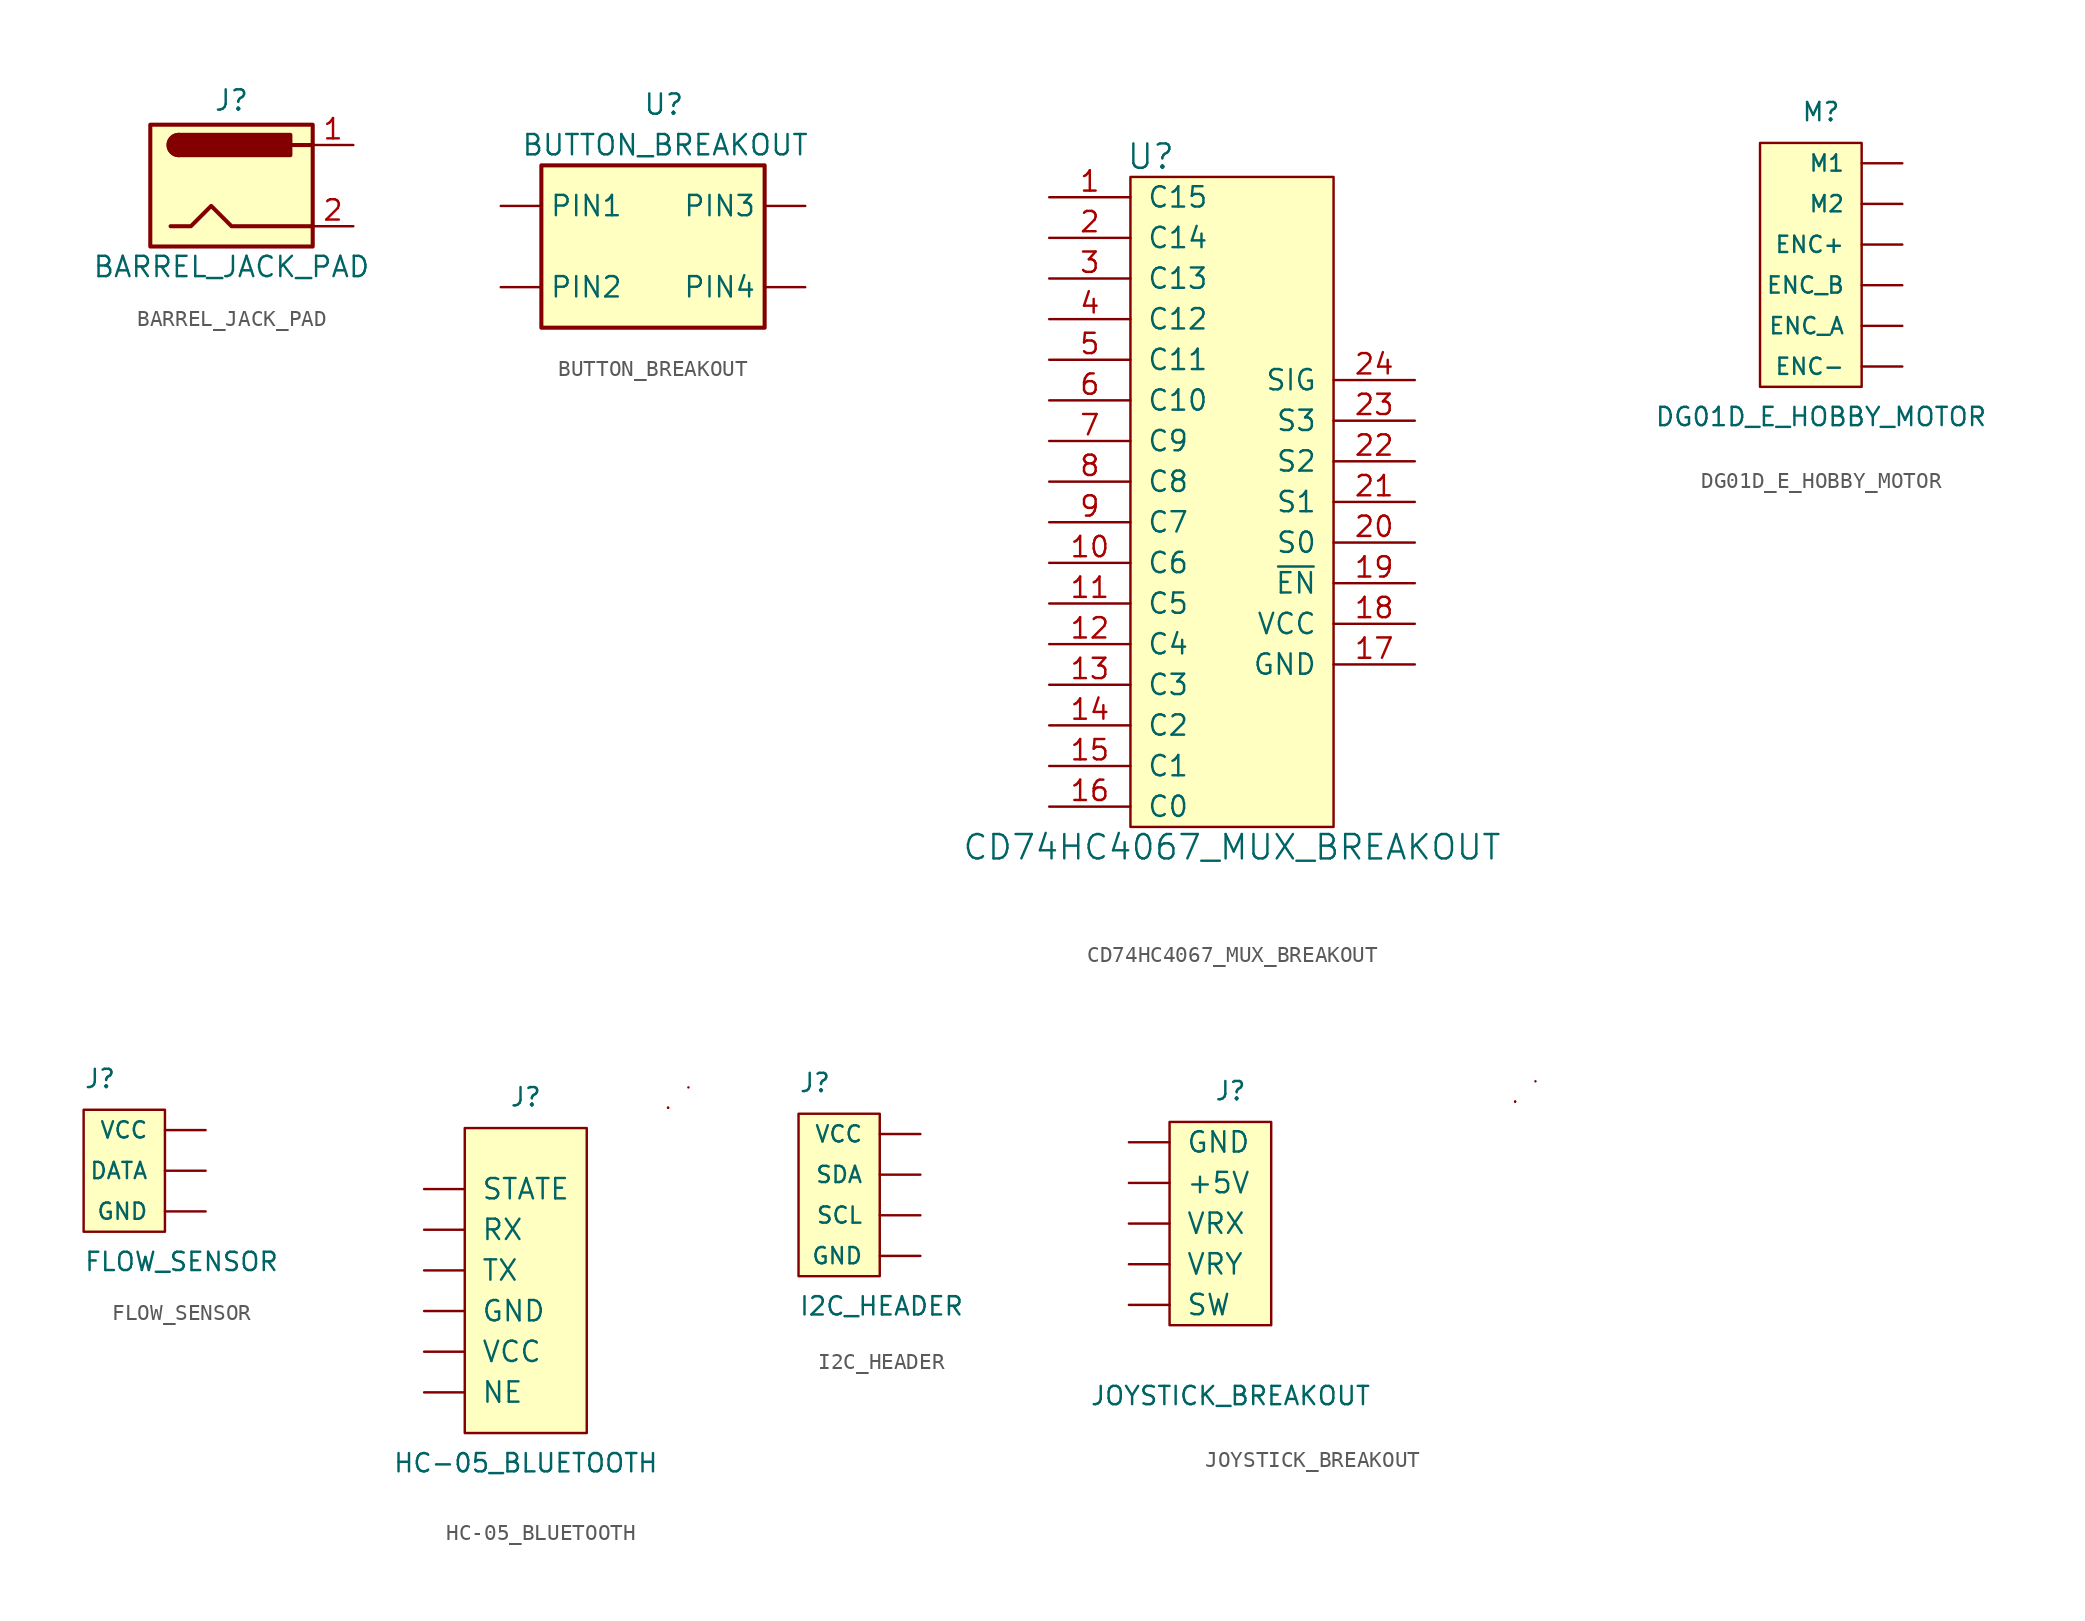
<source format=kicad_sym>
(kicad_symbol_lib
  (version 20211014)
  (generator kicad_symbol_editor)
  (symbol "BARREL_JACK_PAD"
    (pin_names
      (offset 1.016))
    (property "Reference" "J"
      (at 0 5.334 0)
      (effects (font (size 1.27 1.27))))
    (property "Value" "BARREL_JACK_PAD"
      (at 0 -5.08 0)
      (effects (font (size 1.27 1.27))))
    (symbol "BARREL_JACK_PAD_0_1"
      (rectangle (start -5.08 3.81) (end 5.08 -3.81) (stroke (width 0.254) (type default) (color 0 0 0 0)) (fill (type background)))
      (arc (start -3.302 3.175) (mid -3.937 2.54) (end -3.302 1.905) (stroke (width 0.254) (type default) (color 0 0 0 0)) (fill (type none)))
      (arc (start -3.302 3.175) (mid -3.937 2.54) (end -3.302 1.905) (stroke (width 0.254) (type default) (color 0 0 0 0)) (fill (type outline)))
      (polyline (pts (xy 5.08 2.54) (xy 3.81 2.54)) (stroke (width 0.254) (type default) (color 0 0 0 0)) (fill (type none)))
      (polyline (pts (xy -3.81 -2.54) (xy -2.54 -2.54) (xy -1.27 -1.27) (xy 0 -2.54) (xy 2.54 -2.54) (xy 5.08 -2.54)) (stroke (width 0.254) (type default) (color 0 0 0 0)) (fill (type none)))
      (rectangle (start 3.683 3.175) (end -3.302 1.905) (stroke (width 0.254) (type default) (color 0 0 0 0)) (fill (type outline))))
    (symbol "BARREL_JACK_PAD_1_1"
      (pin power_in line (at 7.62 2.54 180) (length 2.54) (name "~" (effects (font (size 1.27 1.27)))) (number "1" (effects (font (size 1.27 1.27)))))
      (pin power_in line (at 7.62 -2.54 180) (length 2.54) (name "~" (effects (font (size 1.27 1.27)))) (number "2" (effects (font (size 1.27 1.27)))))))
  (symbol "BUTTON_BREAKOUT"
    (pin_numbers hide)
    (property "Reference" "U"
      (at -3.81 8.89 0)
      (effects (font (size 1.27 1.27)) (justify left)))
    (property "Value" "BUTTON_BREAKOUT"
      (at -11.43 6.35 0)
      (effects (font (size 1.27 1.27)) (justify left)))
    (symbol "BUTTON_BREAKOUT_0_1"
      (rectangle (start -10.16 5.08) (end 3.81 -5.08) (stroke (width 0.254) (type default) (color 0 0 0 0)) (fill (type background))))
    (symbol "BUTTON_BREAKOUT_1_1"
      (pin bidirectional line (at -12.7 2.54 0) (length 2.54) (name "PIN1" (effects (font (size 1.27 1.27)))) (number "1" (effects (font (size 1.27 1.27)))))
      (pin bidirectional line (at -12.7 -2.54 0) (length 2.54) (name "PIN2" (effects (font (size 1.27 1.27)))) (number "2" (effects (font (size 1.27 1.27)))))
      (pin bidirectional line (at 6.35 -2.54 180) (length 2.54) (name "PIN4" (effects (font (size 1.27 1.27)))) (number "3" (effects (font (size 1.27 1.27)))))
      (pin bidirectional line (at 6.35 2.54 180) (length 2.54) (name "PIN3" (effects (font (size 1.27 1.27)))) (number "4" (effects (font (size 1.27 1.27)))))))
  (symbol "CD74HC4067_MUX_BREAKOUT"
    (pin_names
      (offset 1.016))
    (property "Reference" "U"
      (at -3.81 20.32 0)
      (effects (font (size 1.524 1.524))))
    (property "Value" "CD74HC4067_MUX_BREAKOUT"
      (at 1.27 -22.86 0)
      (effects (font (size 1.524 1.524))))
    (symbol "CD74HC4067_MUX_BREAKOUT_0_1"
      (rectangle (start -5.08 19.05) (end 7.62 -21.59) (stroke (width 0) (type default) (color 0 0 0 0)) (fill (type background))))
    (symbol "CD74HC4067_MUX_BREAKOUT_1_1"
      (pin output line (at -10.16 17.78 0) (length 5.08) (name "C15" (effects (font (size 1.27 1.27)))) (number "1" (effects (font (size 1.27 1.27)))))
      (pin output line (at -10.16 -5.08 0) (length 5.08) (name "C6" (effects (font (size 1.27 1.27)))) (number "10" (effects (font (size 1.27 1.27)))))
      (pin output line (at -10.16 -7.62 0) (length 5.08) (name "C5" (effects (font (size 1.27 1.27)))) (number "11" (effects (font (size 1.27 1.27)))))
      (pin output line (at -10.16 -10.16 0) (length 5.08) (name "C4" (effects (font (size 1.27 1.27)))) (number "12" (effects (font (size 1.27 1.27)))))
      (pin output line (at -10.16 -12.7 0) (length 5.08) (name "C3" (effects (font (size 1.27 1.27)))) (number "13" (effects (font (size 1.27 1.27)))))
      (pin output line (at -10.16 -15.24 0) (length 5.08) (name "C2" (effects (font (size 1.27 1.27)))) (number "14" (effects (font (size 1.27 1.27)))))
      (pin output line (at -10.16 -17.78 0) (length 5.08) (name "C1" (effects (font (size 1.27 1.27)))) (number "15" (effects (font (size 1.27 1.27)))))
      (pin output line (at -10.16 -20.32 0) (length 5.08) (name "C0" (effects (font (size 1.27 1.27)))) (number "16" (effects (font (size 1.27 1.27)))))
      (pin power_in line (at 12.7 -11.43 180) (length 5.08) (name "GND" (effects (font (size 1.27 1.27)))) (number "17" (effects (font (size 1.27 1.27)))))
      (pin power_in line (at 12.7 -8.89 180) (length 5.08) (name "VCC" (effects (font (size 1.27 1.27)))) (number "18" (effects (font (size 1.27 1.27)))))
      (pin input line (at 12.7 -6.35 180) (length 5.08) (name "~{EN}" (effects (font (size 1.27 1.27)))) (number "19" (effects (font (size 1.27 1.27)))))
      (pin output line (at -10.16 15.24 0) (length 5.08) (name "C14" (effects (font (size 1.27 1.27)))) (number "2" (effects (font (size 1.27 1.27)))))
      (pin input line (at 12.7 -3.81 180) (length 5.08) (name "S0" (effects (font (size 1.27 1.27)))) (number "20" (effects (font (size 1.27 1.27)))))
      (pin input line (at 12.7 -1.27 180) (length 5.08) (name "S1" (effects (font (size 1.27 1.27)))) (number "21" (effects (font (size 1.27 1.27)))))
      (pin input line (at 12.7 1.27 180) (length 5.08) (name "S2" (effects (font (size 1.27 1.27)))) (number "22" (effects (font (size 1.27 1.27)))))
      (pin input line (at 12.7 3.81 180) (length 5.08) (name "S3" (effects (font (size 1.27 1.27)))) (number "23" (effects (font (size 1.27 1.27)))))
      (pin input line (at 12.7 6.35 180) (length 5.08) (name "SIG" (effects (font (size 1.27 1.27)))) (number "24" (effects (font (size 1.27 1.27)))))
      (pin output line (at -10.16 12.7 0) (length 5.08) (name "C13" (effects (font (size 1.27 1.27)))) (number "3" (effects (font (size 1.27 1.27)))))
      (pin output line (at -10.16 10.16 0) (length 5.08) (name "C12" (effects (font (size 1.27 1.27)))) (number "4" (effects (font (size 1.27 1.27)))))
      (pin output line (at -10.16 7.62 0) (length 5.08) (name "C11" (effects (font (size 1.27 1.27)))) (number "5" (effects (font (size 1.27 1.27)))))
      (pin output line (at -10.16 5.08 0) (length 5.08) (name "C10" (effects (font (size 1.27 1.27)))) (number "6" (effects (font (size 1.27 1.27)))))
      (pin output line (at -10.16 2.54 0) (length 5.08) (name "C9" (effects (font (size 1.27 1.27)))) (number "7" (effects (font (size 1.27 1.27)))))
      (pin output line (at -10.16 0 0) (length 5.08) (name "C8" (effects (font (size 1.27 1.27)))) (number "8" (effects (font (size 1.27 1.27)))))
      (pin output line (at -10.16 -2.54 0) (length 5.08) (name "C7" (effects (font (size 1.27 1.27)))) (number "9" (effects (font (size 1.27 1.27)))))))
  (symbol "DG01D_E_HOBBY_MOTOR"
    (pin_numbers hide)
    (pin_names
      (offset 1.016))
    (property "Reference" "M"
      (at -1.27 10.16 0)
      (effects (font (size 1.143 1.143)) (justify bottom)))
    (property "Value" "DG01D_E_HOBBY_MOTOR"
      (at -1.27 -8.89 0)
      (effects (font (size 1.143 1.143)) (justify bottom)))
    (symbol "DG01D_E_HOBBY_MOTOR_0_1"
      (rectangle (start -5.08 8.89) (end 1.27 -6.35) (stroke (width 0) (type default) (color 0 0 0 0)) (fill (type background))))
    (symbol "DG01D_E_HOBBY_MOTOR_1_1"
      (pin bidirectional line (at 3.81 -5.08 180) (length 2.54) (name "ENC-" (effects (font (size 1.016 1.016)))) (number "2" (effects (font (size 1.016 1.016)))))
      (pin output line (at 3.81 -2.54 180) (length 2.54) (name "ENC_A" (effects (font (size 1.016 1.016)))) (number "3" (effects (font (size 1.016 1.016)))))
      (pin output line (at 3.81 0 180) (length 2.54) (name "ENC_B" (effects (font (size 1.016 1.016)))) (number "4" (effects (font (size 1.016 1.016)))))
      (pin power_in line (at 3.81 2.54 180) (length 2.54) (name "ENC+" (effects (font (size 1.016 1.016)))) (number "5" (effects (font (size 1.016 1.016)))))
      (pin power_in line (at 3.81 5.08 180) (length 2.54) (name "M2" (effects (font (size 1.016 1.016)))) (number "6" (effects (font (size 1.016 1.016)))))
      (pin power_in line (at 3.81 7.62 180) (length 2.54) (name "M1" (effects (font (size 1.016 1.016)))) (number "7" (effects (font (size 1.016 1.016)))))))
  (symbol "FLOW_SENSOR"
    (pin_numbers hide)
    (pin_names
      (offset 1.016))
    (property "Reference" "J"
      (at -5.08 7.62 0)
      (effects (font (size 1.143 1.143)) (justify left bottom)))
    (property "Value" "FLOW_SENSOR"
      (at -5.08 -3.81 0)
      (effects (font (size 1.143 1.143)) (justify left bottom)))
    (symbol "FLOW_SENSOR_0_1"
      (rectangle (start 0 -1.27) (end -5.08 6.35) (stroke (width 0) (type default) (color 0 0 0 0)) (fill (type background))))
    (symbol "FLOW_SENSOR_1_1"
      (pin power_in line (at 2.54 5.08 180) (length 2.54) (name "VCC" (effects (font (size 1.016 1.016)))) (number "1" (effects (font (size 1.016 1.016)))))
      (pin output line (at 2.54 2.54 180) (length 2.54) (name "DATA" (effects (font (size 1.016 1.016)))) (number "2" (effects (font (size 1.016 1.016)))))
      (pin power_in line (at 2.54 0 180) (length 2.54) (name "GND" (effects (font (size 1.016 1.016)))) (number "3" (effects (font (size 1.016 1.016)))))))
  (symbol "HC-05_BLUETOOTH"
    (pin_numbers hide)
    (pin_names
      (offset 1.016))
    (property "Reference" "J"
      (at 0 10.16 0)
      (effects (font (size 1.143 1.143)) (justify bottom)))
    (property "Value" "HC-05_BLUETOOTH"
      (at 0 -12.7 0)
      (effects (font (size 1.143 1.143)) (justify bottom)))
    (symbol "HC-05_BLUETOOTH_0_1"
      (rectangle (start -3.81 8.89) (end 3.81 -10.16) (stroke (width 0) (type default) (color 0 0 0 0)) (fill (type background)))
      (rectangle (start 8.89 10.16) (end 8.89 10.16) (stroke (width 0) (type default) (color 0 0 0 0)) (fill (type none)))
      (rectangle (start 8.89 10.16) (end 8.89 10.16) (stroke (width 0) (type default) (color 0 0 0 0)) (fill (type none)))
      (rectangle (start 10.16 11.43) (end 10.16 11.43) (stroke (width 0) (type default) (color 0 0 0 0)) (fill (type none))))
    (symbol "HC-05_BLUETOOTH_1_1"
      (pin power_in line (at -6.35 -2.54 0) (length 2.54) (name "GND" (effects (font (size 1.27 1.27)))) (number "~" (effects (font (size 1.27 1.27)))))
      (pin input line (at -6.35 -7.62 0) (length 2.54) (name "NE" (effects (font (size 1.27 1.27)))) (number "~" (effects (font (size 1.27 1.27)))))
      (pin input line (at -6.35 2.54 0) (length 2.54) (name "RX" (effects (font (size 1.27 1.27)))) (number "~" (effects (font (size 1.27 1.27)))))
      (pin input line (at -6.35 5.08 0) (length 2.54) (name "STATE" (effects (font (size 1.27 1.27)))) (number "~" (effects (font (size 1.27 1.27)))))
      (pin output line (at -6.35 0 0) (length 2.54) (name "TX" (effects (font (size 1.27 1.27)))) (number "~" (effects (font (size 1.27 1.27)))))
      (pin power_in line (at -6.35 -5.08 0) (length 2.54) (name "VCC" (effects (font (size 1.27 1.27)))) (number "~" (effects (font (size 1.27 1.27)))))))
  (symbol "I2C_HEADER"
    (pin_numbers hide)
    (pin_names
      (offset 1.016))
    (property "Reference" "J"
      (at -5.08 7.62 0)
      (effects (font (size 1.143 1.143)) (justify left bottom)))
    (property "Value" "I2C_HEADER"
      (at -5.08 -6.35 0)
      (effects (font (size 1.143 1.143)) (justify left bottom)))
    (symbol "I2C_HEADER_0_1"
      (rectangle (start 0 -3.81) (end -5.08 6.35) (stroke (width 0) (type default) (color 0 0 0 0)) (fill (type background))))
    (symbol "I2C_HEADER_1_1"
      (pin power_in line (at 2.54 5.08 180) (length 2.54) (name "VCC" (effects (font (size 1.016 1.016)))) (number "1" (effects (font (size 1.016 1.016)))))
      (pin bidirectional line (at 2.54 2.54 180) (length 2.54) (name "SDA" (effects (font (size 1.016 1.016)))) (number "2" (effects (font (size 1.016 1.016)))))
      (pin bidirectional line (at 2.54 0 180) (length 2.54) (name "SCL" (effects (font (size 1.016 1.016)))) (number "3" (effects (font (size 1.016 1.016)))))
      (pin power_in line (at 2.54 -2.54 180) (length 2.54) (name "GND" (effects (font (size 1.016 1.016)))) (number "4" (effects (font (size 1.016 1.016)))))))
  (symbol "JOYSTICK_BREAKOUT"
    (pin_numbers hide)
    (pin_names
      (offset 1.016))
    (property "Reference" "J"
      (at 1.27 8.89 0)
      (effects (font (size 1.143 1.143)) (justify bottom)))
    (property "Value" "JOYSTICK_BREAKOUT"
      (at 1.27 -10.16 0)
      (effects (font (size 1.143 1.143)) (justify bottom)))
    (symbol "JOYSTICK_BREAKOUT_0_1"
      (rectangle (start -2.54 7.62) (end 3.81 -5.08) (stroke (width 0) (type default) (color 0 0 0 0)) (fill (type background)))
      (rectangle (start 19.05 8.89) (end 19.05 8.89) (stroke (width 0) (type default) (color 0 0 0 0)) (fill (type none)))
      (rectangle (start 19.05 8.89) (end 19.05 8.89) (stroke (width 0) (type default) (color 0 0 0 0)) (fill (type none)))
      (rectangle (start 20.32 10.16) (end 20.32 10.16) (stroke (width 0) (type default) (color 0 0 0 0)) (fill (type none))))
    (symbol "JOYSTICK_BREAKOUT_1_1"
      (pin power_in line (at -5.08 3.81 0) (length 2.54) (name "+5V" (effects (font (size 1.27 1.27)))) (number "~" (effects (font (size 1.27 1.27)))))
      (pin power_in line (at -5.08 6.35 0) (length 2.54) (name "GND" (effects (font (size 1.27 1.27)))) (number "~" (effects (font (size 1.27 1.27)))))
      (pin input line (at -5.08 -3.81 0) (length 2.54) (name "SW" (effects (font (size 1.27 1.27)))) (number "~" (effects (font (size 1.27 1.27)))))
      (pin input line (at -5.08 1.27 0) (length 2.54) (name "VRX" (effects (font (size 1.27 1.27)))) (number "~" (effects (font (size 1.27 1.27)))))
      (pin input line (at -5.08 -1.27 0) (length 2.54) (name "VRY" (effects (font (size 1.27 1.27)))) (number "~" (effects (font (size 1.27 1.27))))))))
</source>
